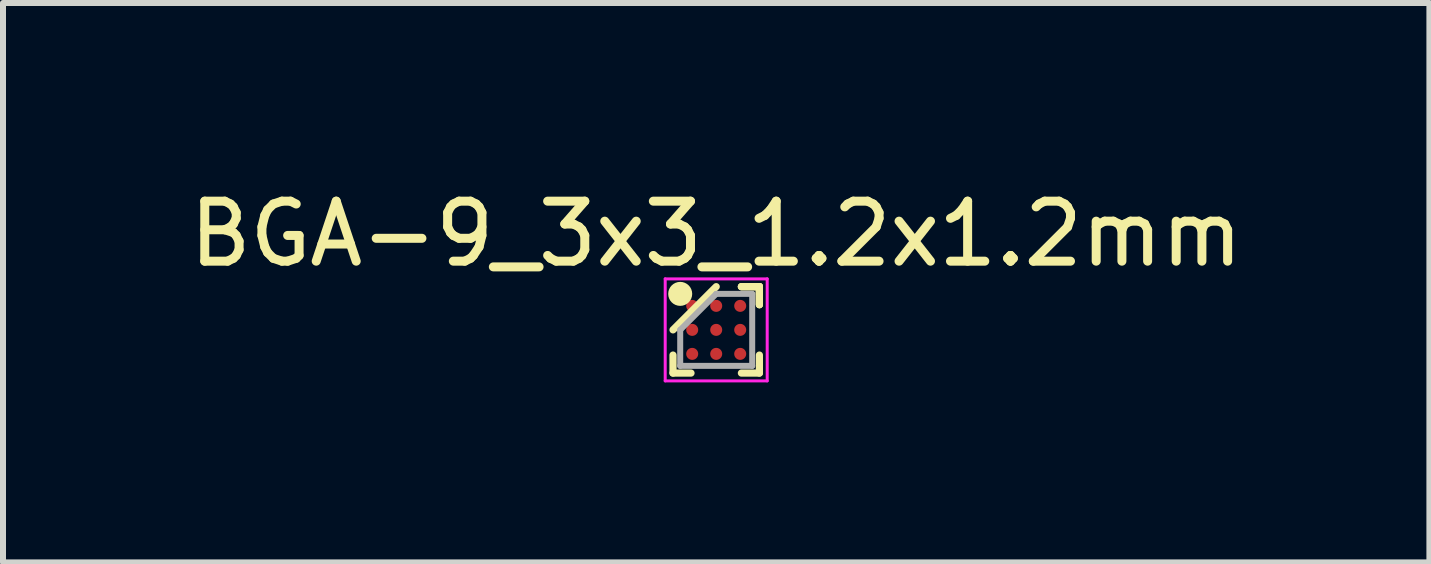
<source format=kicad_pcb>
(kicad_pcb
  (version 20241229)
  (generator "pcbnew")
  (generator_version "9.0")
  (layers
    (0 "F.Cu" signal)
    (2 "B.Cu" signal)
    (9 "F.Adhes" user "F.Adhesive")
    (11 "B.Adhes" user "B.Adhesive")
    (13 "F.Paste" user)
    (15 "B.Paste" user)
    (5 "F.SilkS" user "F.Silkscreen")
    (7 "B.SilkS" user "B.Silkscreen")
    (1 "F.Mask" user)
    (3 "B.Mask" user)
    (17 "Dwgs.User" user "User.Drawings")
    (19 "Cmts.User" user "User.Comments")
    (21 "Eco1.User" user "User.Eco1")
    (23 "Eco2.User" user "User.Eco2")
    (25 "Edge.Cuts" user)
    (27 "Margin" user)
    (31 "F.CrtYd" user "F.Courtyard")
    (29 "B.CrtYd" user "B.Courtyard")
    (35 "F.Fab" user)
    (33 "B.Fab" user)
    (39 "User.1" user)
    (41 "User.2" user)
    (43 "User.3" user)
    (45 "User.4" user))
  (footprint "BGA-9_3x3_1.2x1.2mm"
    (layer "F.Cu")
    (at 8.887 2.448)
    (property "Reference" "BGA-9_3x3_1.2x1.2mm" (at 0 -1.6 0) (layer "F.SilkS") (effects (font (size 1 1) (thickness 0.15))))
    (attr smd)
    (fp_line (start -0.72 0.72) (end -0.72 0.42) (stroke (width 0.12) (type solid)) (layer "F.SilkS"))
    (fp_line (start -0.42 0.72) (end -0.72 0.72) (stroke (width 0.12) (type solid)) (layer "F.SilkS"))
    (fp_line (start 0 -0.72) (end -0.72 0) (stroke (width 0.12) (type solid)) (layer "F.SilkS"))
    (fp_line (start 0.42 -0.72) (end 0.72 -0.72) (stroke (width 0.12) (type solid)) (layer "F.SilkS"))
    (fp_line (start 0.42 -0.72) (end 0.72 -0.72) (stroke (width 0.12) (type solid)) (layer "F.SilkS"))
    (fp_line (start 0.42 -0.72) (end 0.72 -0.72) (stroke (width 0.12) (type solid)) (layer "F.SilkS"))
    (fp_line (start 0.42 0.72) (end 0.72 0.72) (stroke (width 0.12) (type solid)) (layer "F.SilkS"))
    (fp_line (start 0.72 -0.72) (end 0.72 -0.42) (stroke (width 0.12) (type solid)) (layer "F.SilkS"))
    (fp_line (start 0.72 -0.72) (end 0.72 -0.42) (stroke (width 0.12) (type solid)) (layer "F.SilkS"))
    (fp_line (start 0.72 -0.72) (end 0.72 -0.42) (stroke (width 0.12) (type solid)) (layer "F.SilkS"))
    (fp_line (start 0.72 0.72) (end 0.72 0.42) (stroke (width 0.12) (type solid)) (layer "F.SilkS"))
    (fp_circle (center -0.6 -0.6) (end -0.6 -0.5) (stroke (width 0.2) (type solid)) (fill no) (layer "F.SilkS"))
    (fp_line (start -0.85 -0.85) (end 0.85 -0.85) (stroke (width 0.05) (type solid)) (layer "F.CrtYd"))
    (fp_line (start -0.85 0.85) (end -0.85 -0.85) (stroke (width 0.05) (type solid)) (layer "F.CrtYd"))
    (fp_line (start 0.85 -0.85) (end 0.85 0.85) (stroke (width 0.05) (type solid)) (layer "F.CrtYd"))
    (fp_line (start 0.85 0.85) (end -0.85 0.85) (stroke (width 0.05) (type solid)) (layer "F.CrtYd"))
    (fp_line (start -0.6 0) (end -0.6 0.6) (stroke (width 0.1) (type solid)) (layer "F.Fab"))
    (fp_line (start -0.6 0.6) (end 0.6 0.6) (stroke (width 0.1) (type solid)) (layer "F.Fab"))
    (fp_line (start 0 -0.6) (end -0.6 0) (stroke (width 0.1) (type solid)) (layer "F.Fab"))
    (fp_line (start 0.6 -0.6) (end 0 -0.6) (stroke (width 0.1) (type solid)) (layer "F.Fab"))
    (fp_line (start 0.6 0.6) (end 0.6 -0.6) (stroke (width 0.1) (type solid)) (layer "F.Fab"))
    (pad "A1" smd circle (at -0.4 -0.4) (size 0.2 0.2) (layers "F.Cu" "F.Mask" "F.Paste"))
    (pad "A2" smd circle (at 0 -0.4) (size 0.2 0.2) (layers "F.Cu" "F.Mask" "F.Paste"))
    (pad "A3" smd circle (at 0.4 -0.4) (size 0.2 0.2) (layers "F.Cu" "F.Mask" "F.Paste"))
    (pad "B1" smd circle (at -0.4 0) (size 0.2 0.2) (layers "F.Cu" "F.Mask" "F.Paste"))
    (pad "B2" smd circle (at 0 0) (size 0.2 0.2) (layers "F.Cu" "F.Mask" "F.Paste"))
    (pad "B3" smd circle (at 0.4 0) (size 0.2 0.2) (layers "F.Cu" "F.Mask" "F.Paste"))
    (pad "C1" smd circle (at -0.4 0.4) (size 0.2 0.2) (layers "F.Cu" "F.Mask" "F.Paste"))
    (pad "C2" smd circle (at 0 0.4) (size 0.2 0.2) (layers "F.Cu" "F.Mask" "F.Paste"))
    (pad "C3" smd circle (at 0.4 0.4) (size 0.2 0.2) (layers "F.Cu" "F.Mask" "F.Paste")))
  (gr_rect
    (start -3 -3)
    (end 20.774 6.323)
    (stroke (width 0.1) (type default))
    (fill no)
    (layer "Edge.Cuts")))
</source>
